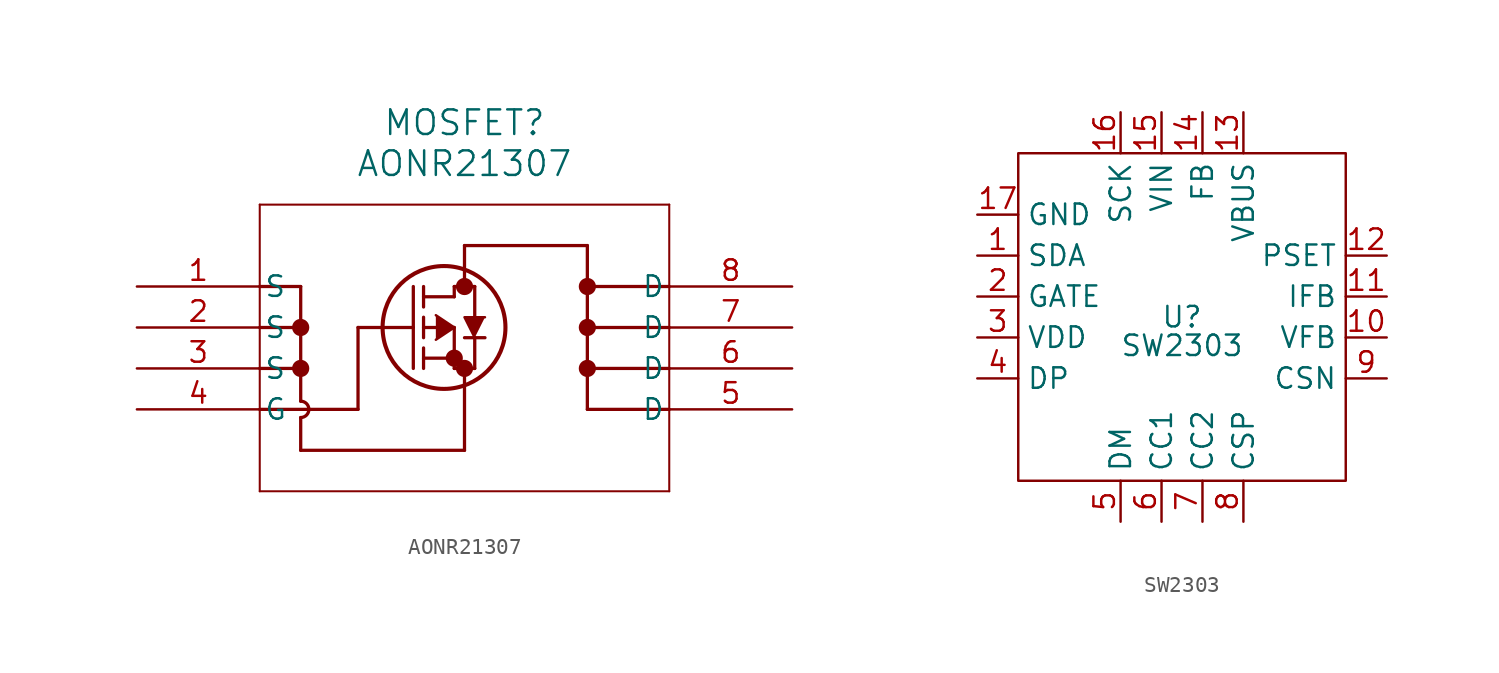
<source format=kicad_sym>
(kicad_symbol_lib
  (version 20231120)
  (generator "kicad_symbol_editor")
  (generator_version "8.0")
  (symbol "AONR21307"
    (pin_names
      (offset 0.254))
    (property "Reference" "MOSFET"
      (at 20.32 10.16 0)
      (effects (font (size 1.524 1.524))))
    (property "Value" "AONR21307"
      (at 20.32 7.62 0)
      (effects (font (size 1.524 1.524))))
    (symbol "AONR21307_0_1"
      (polyline (pts (xy 7.62 -12.7) (xy 33.02 -12.7)) (stroke (width 0.127) (type default)) (fill (type none)))
      (polyline (pts (xy 7.62 -7.62) (xy 13.716 -7.62)) (stroke (width 0.203) (type default)) (fill (type none)))
      (polyline (pts (xy 7.62 5.08) (xy 7.62 -12.7)) (stroke (width 0.127) (type default)) (fill (type none)))
      (polyline (pts (xy 10.16 -10.16) (xy 10.16 -8.128)) (stroke (width 0.203) (type default)) (fill (type none)))
      (polyline (pts (xy 10.16 -7.112) (xy 10.16 0)) (stroke (width 0.203) (type default)) (fill (type none)))
      (polyline (pts (xy 10.16 -5.08) (xy 7.62 -5.08)) (stroke (width 0.203) (type default)) (fill (type none)))
      (polyline (pts (xy 10.16 -2.54) (xy 7.62 -2.54)) (stroke (width 0.203) (type default)) (fill (type none)))
      (polyline (pts (xy 10.16 0) (xy 7.62 0)) (stroke (width 0.203) (type default)) (fill (type none)))
      (polyline (pts (xy 13.716 -7.62) (xy 13.716 -2.54)) (stroke (width 0.203) (type default)) (fill (type none)))
      (polyline (pts (xy 13.716 -2.54) (xy 17.145 -2.54)) (stroke (width 0.203) (type default)) (fill (type none)))
      (polyline (pts (xy 17.145 -5.08) (xy 17.145 0)) (stroke (width 0.203) (type default)) (fill (type none)))
      (polyline (pts (xy 17.78 -5.08) (xy 17.78 -3.81)) (stroke (width 0.203) (type default)) (fill (type none)))
      (polyline (pts (xy 17.78 -4.445) (xy 19.685 -4.445)) (stroke (width 0.203) (type default)) (fill (type none)))
      (polyline (pts (xy 17.78 -3.175) (xy 17.78 -1.905)) (stroke (width 0.203) (type default)) (fill (type none)))
      (polyline (pts (xy 17.78 -2.54) (xy 19.685 -2.54)) (stroke (width 0.203) (type default)) (fill (type none)))
      (polyline (pts (xy 17.78 -1.27) (xy 17.78 0)) (stroke (width 0.203) (type default)) (fill (type none)))
      (polyline (pts (xy 17.78 -0.635) (xy 19.685 -0.635)) (stroke (width 0.203) (type default)) (fill (type none)))
      (polyline (pts (xy 19.685 -5.08) (xy 19.685 -2.54)) (stroke (width 0.203) (type default)) (fill (type none)))
      (polyline (pts (xy 19.685 -5.08) (xy 20.955 -5.08)) (stroke (width 0.203) (type default)) (fill (type none)))
      (polyline (pts (xy 19.685 -0.635) (xy 19.685 0)) (stroke (width 0.203) (type default)) (fill (type none)))
      (polyline (pts (xy 19.685 0) (xy 20.955 0)) (stroke (width 0.203) (type default)) (fill (type none)))
      (polyline (pts (xy 20.32 -10.16) (xy 10.16 -10.16)) (stroke (width 0.203) (type default)) (fill (type none)))
      (polyline (pts (xy 20.32 -10.16) (xy 20.32 -5.08)) (stroke (width 0.203) (type default)) (fill (type none)))
      (polyline (pts (xy 20.32 0) (xy 20.32 2.54)) (stroke (width 0.203) (type default)) (fill (type none)))
      (polyline (pts (xy 20.955 -5.08) (xy 20.955 -3.175)) (stroke (width 0.203) (type default)) (fill (type none)))
      (polyline (pts (xy 20.955 -1.905) (xy 20.955 0)) (stroke (width 0.203) (type default)) (fill (type none)))
      (polyline (pts (xy 21.59 -3.175) (xy 20.32 -3.175)) (stroke (width 0.203) (type default)) (fill (type none)))
      (polyline (pts (xy 27.94 -7.62) (xy 27.94 2.54)) (stroke (width 0.203) (type default)) (fill (type none)))
      (polyline (pts (xy 27.94 -7.62) (xy 33.02 -7.62)) (stroke (width 0.203) (type default)) (fill (type none)))
      (polyline (pts (xy 27.94 -5.08) (xy 33.02 -5.08)) (stroke (width 0.203) (type default)) (fill (type none)))
      (polyline (pts (xy 27.94 -2.54) (xy 33.02 -2.54)) (stroke (width 0.203) (type default)) (fill (type none)))
      (polyline (pts (xy 27.94 0) (xy 33.02 0)) (stroke (width 0.203) (type default)) (fill (type none)))
      (polyline (pts (xy 27.94 2.54) (xy 20.32 2.54)) (stroke (width 0.203) (type default)) (fill (type none)))
      (polyline (pts (xy 33.02 -12.7) (xy 33.02 5.08)) (stroke (width 0.127) (type default)) (fill (type none)))
      (polyline (pts (xy 33.02 5.08) (xy 7.62 5.08)) (stroke (width 0.127) (type default)) (fill (type none)))
      (polyline (pts (xy 18.542 -1.778) (xy 19.685 -2.54) (xy 18.542 -3.302)) (stroke (width 0) (type default)) (fill (type outline)))
      (polyline (pts (xy 21.59 -1.905) (xy 20.32 -1.905) (xy 20.955 -3.175)) (stroke (width 0) (type default)) (fill (type outline)))
      (arc (start 10.16 -8.128) (mid 10.6657 -7.62) (end 10.16 -7.112) (stroke (width 0.2032) (type default)) (fill (type none)))
      (circle (center 10.16 -5.08) (radius 0.025) (stroke (width 0.508) (type default)) (fill (type none)))
      (circle (center 10.16 -2.54) (radius 0.025) (stroke (width 0.508) (type default)) (fill (type none)))
      (circle (center 19.05 -2.54) (radius 3.81) (stroke (width 0.254) (type default)) (fill (type none)))
      (circle (center 19.685 -4.445) (radius 0.025) (stroke (width 0.508) (type default)) (fill (type none)))
      (circle (center 20.32 -5.08) (radius 0.025) (stroke (width 0.508) (type default)) (fill (type none)))
      (circle (center 20.32 0) (radius 0.025) (stroke (width 0.508) (type default)) (fill (type none)))
      (circle (center 27.94 -5.08) (radius 0.025) (stroke (width 0.508) (type default)) (fill (type none)))
      (circle (center 27.94 -2.54) (radius 0.025) (stroke (width 0.508) (type default)) (fill (type none)))
      (circle (center 27.94 0) (radius 0.025) (stroke (width 0.508) (type default)) (fill (type none))))
    (symbol "AONR21307_1_1"
      (pin passive line (at 0 0 0) (length 7.62) (name "S" (effects (font (size 1.27 1.27)))) (number "1" (effects (font (size 1.27 1.27)))))
      (pin passive line (at 0 -2.54 0) (length 7.62) (name "S" (effects (font (size 1.27 1.27)))) (number "2" (effects (font (size 1.27 1.27)))))
      (pin passive line (at 0 -5.08 0) (length 7.62) (name "S" (effects (font (size 1.27 1.27)))) (number "3" (effects (font (size 1.27 1.27)))))
      (pin input line (at 0 -7.62 0) (length 7.62) (name "G" (effects (font (size 1.27 1.27)))) (number "4" (effects (font (size 1.27 1.27)))))
      (pin passive line (at 40.64 -7.62 180) (length 7.62) (name "D" (effects (font (size 1.27 1.27)))) (number "5" (effects (font (size 1.27 1.27)))))
      (pin passive line (at 40.64 -5.08 180) (length 7.62) (name "D" (effects (font (size 1.27 1.27)))) (number "6" (effects (font (size 1.27 1.27)))))
      (pin passive line (at 40.64 -2.54 180) (length 7.62) (name "D" (effects (font (size 1.27 1.27)))) (number "7" (effects (font (size 1.27 1.27)))))
      (pin passive line (at 40.64 0 180) (length 7.62) (name "D" (effects (font (size 1.27 1.27)))) (number "8" (effects (font (size 1.27 1.27)))))))
  (symbol "SW2303"
    (property "Reference" "U"
      (at 0 0 0)
      (effects (font (size 1.27 1.27))))
    (property "Value" "SW2303"
      (at 0 -1.778 0)
      (effects (font (size 1.27 1.27))))
    (symbol "SW2303_0_1"
      (rectangle (start -10.16 10.16) (end 10.16 -10.16) (stroke (width 0) (type default)) (fill (type none))))
    (symbol "SW2303_1_1"
      (pin input line (at -12.7 3.81 0) (length 2.54) (name "SDA" (effects (font (size 1.27 1.27)))) (number "1" (effects (font (size 1.27 1.27)))))
      (pin input line (at 12.7 -1.27 180) (length 2.54) (name "VFB" (effects (font (size 1.27 1.27)))) (number "10" (effects (font (size 1.27 1.27)))))
      (pin input line (at 12.7 1.27 180) (length 2.54) (name "IFB" (effects (font (size 1.27 1.27)))) (number "11" (effects (font (size 1.27 1.27)))))
      (pin input line (at 12.7 3.81 180) (length 2.54) (name "PSET" (effects (font (size 1.27 1.27)))) (number "12" (effects (font (size 1.27 1.27)))))
      (pin power_out line (at 3.81 12.7 270) (length 2.54) (name "VBUS" (effects (font (size 1.27 1.27)))) (number "13" (effects (font (size 1.27 1.27)))))
      (pin input line (at 1.27 12.7 270) (length 2.54) (name "FB" (effects (font (size 1.27 1.27)))) (number "14" (effects (font (size 1.27 1.27)))))
      (pin power_in line (at -1.27 12.7 270) (length 2.54) (name "VIN" (effects (font (size 1.27 1.27)))) (number "15" (effects (font (size 1.27 1.27)))))
      (pin input line (at -3.81 12.7 270) (length 2.54) (name "SCK" (effects (font (size 1.27 1.27)))) (number "16" (effects (font (size 1.27 1.27)))))
      (pin power_in line (at -12.7 6.35 0) (length 2.54) (name "GND" (effects (font (size 1.27 1.27)))) (number "17" (effects (font (size 1.27 1.27)))))
      (pin output line (at -12.7 1.27 0) (length 2.54) (name "GATE" (effects (font (size 1.27 1.27)))) (number "2" (effects (font (size 1.27 1.27)))))
      (pin input line (at -12.7 -1.27 0) (length 2.54) (name "VDD" (effects (font (size 1.27 1.27)))) (number "3" (effects (font (size 1.27 1.27)))))
      (pin input line (at -12.7 -3.81 0) (length 2.54) (name "DP" (effects (font (size 1.27 1.27)))) (number "4" (effects (font (size 1.27 1.27)))))
      (pin input line (at -3.81 -12.7 90) (length 2.54) (name "DM" (effects (font (size 1.27 1.27)))) (number "5" (effects (font (size 1.27 1.27)))))
      (pin input line (at -1.27 -12.7 90) (length 2.54) (name "CC1" (effects (font (size 1.27 1.27)))) (number "6" (effects (font (size 1.27 1.27)))))
      (pin input line (at 1.27 -12.7 90) (length 2.54) (name "CC2" (effects (font (size 1.27 1.27)))) (number "7" (effects (font (size 1.27 1.27)))))
      (pin input line (at 3.81 -12.7 90) (length 2.54) (name "CSP" (effects (font (size 1.27 1.27)))) (number "8" (effects (font (size 1.27 1.27)))))
      (pin input line (at 12.7 -3.81 180) (length 2.54) (name "CSN" (effects (font (size 1.27 1.27)))) (number "9" (effects (font (size 1.27 1.27))))))))
</source>
